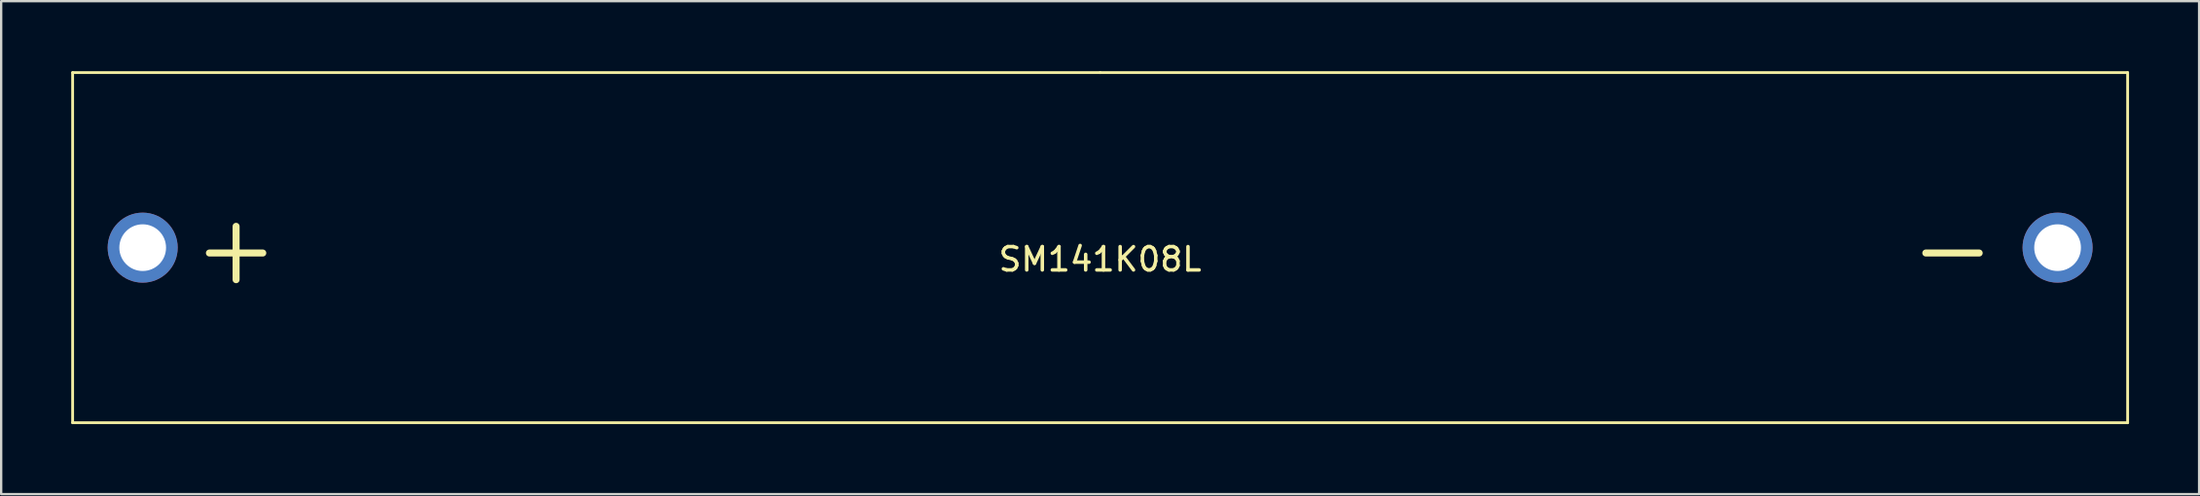
<source format=kicad_pcb>
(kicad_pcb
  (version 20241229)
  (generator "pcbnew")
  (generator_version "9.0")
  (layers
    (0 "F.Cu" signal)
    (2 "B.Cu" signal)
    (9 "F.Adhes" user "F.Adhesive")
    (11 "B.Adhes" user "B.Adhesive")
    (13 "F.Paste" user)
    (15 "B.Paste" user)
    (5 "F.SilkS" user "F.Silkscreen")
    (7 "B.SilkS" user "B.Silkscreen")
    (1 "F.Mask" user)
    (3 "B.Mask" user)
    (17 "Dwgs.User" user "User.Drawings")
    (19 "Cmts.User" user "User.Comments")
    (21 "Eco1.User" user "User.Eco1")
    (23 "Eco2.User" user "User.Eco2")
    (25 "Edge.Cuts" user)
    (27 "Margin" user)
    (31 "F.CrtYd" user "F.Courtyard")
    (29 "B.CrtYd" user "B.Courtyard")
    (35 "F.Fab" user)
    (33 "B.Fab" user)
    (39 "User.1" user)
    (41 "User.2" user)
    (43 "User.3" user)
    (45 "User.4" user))
  (footprint "SM141K08L"
    (layer "F.Cu")
    (at 44.06 7.56)
    (property "Reference" "SM141K08L" (at 0 0.5 0) (layer "F.SilkS") (effects (font (size 1 1) (thickness 0.15))))
    (attr through_hole)
    (fp_line (start -44 -7.5) (end 0 -7.5) (stroke (width 0.12) (type solid)) (layer "F.SilkS"))
    (fp_line (start -44 7.5) (end -44 -7.5) (stroke (width 0.12) (type solid)) (layer "F.SilkS"))
    (fp_line (start 0 -7.5) (end 44 -7.5) (stroke (width 0.12) (type solid)) (layer "F.SilkS"))
    (fp_line (start 44 -7.5) (end 44 7.5) (stroke (width 0.12) (type solid)) (layer "F.SilkS"))
    (fp_line (start 44 7.5) (end -44 7.5) (stroke (width 0.12) (type solid)) (layer "F.SilkS"))
    (fp_text user "-" (at 36.5 0 0) (layer "F.SilkS") (effects (font (size 3 3) (thickness 0.3))))
    (fp_text user "+" (at -37 0 0) (layer "F.SilkS") (effects (font (size 3 3) (thickness 0.3))))
    (pad "1" thru_hole circle (at -41 0) (size 3 3) (drill 2) (layers "*.Cu" "*.Mask"))
    (pad "2" thru_hole circle (at 41 0) (size 3 3) (drill 2) (layers "*.Cu" "*.Mask")))
  (gr_rect
    (start -3 -3)
    (end 91.12 18.12)
    (stroke (width 0.1) (type default))
    (fill no)
    (layer "Edge.Cuts")))
</source>
